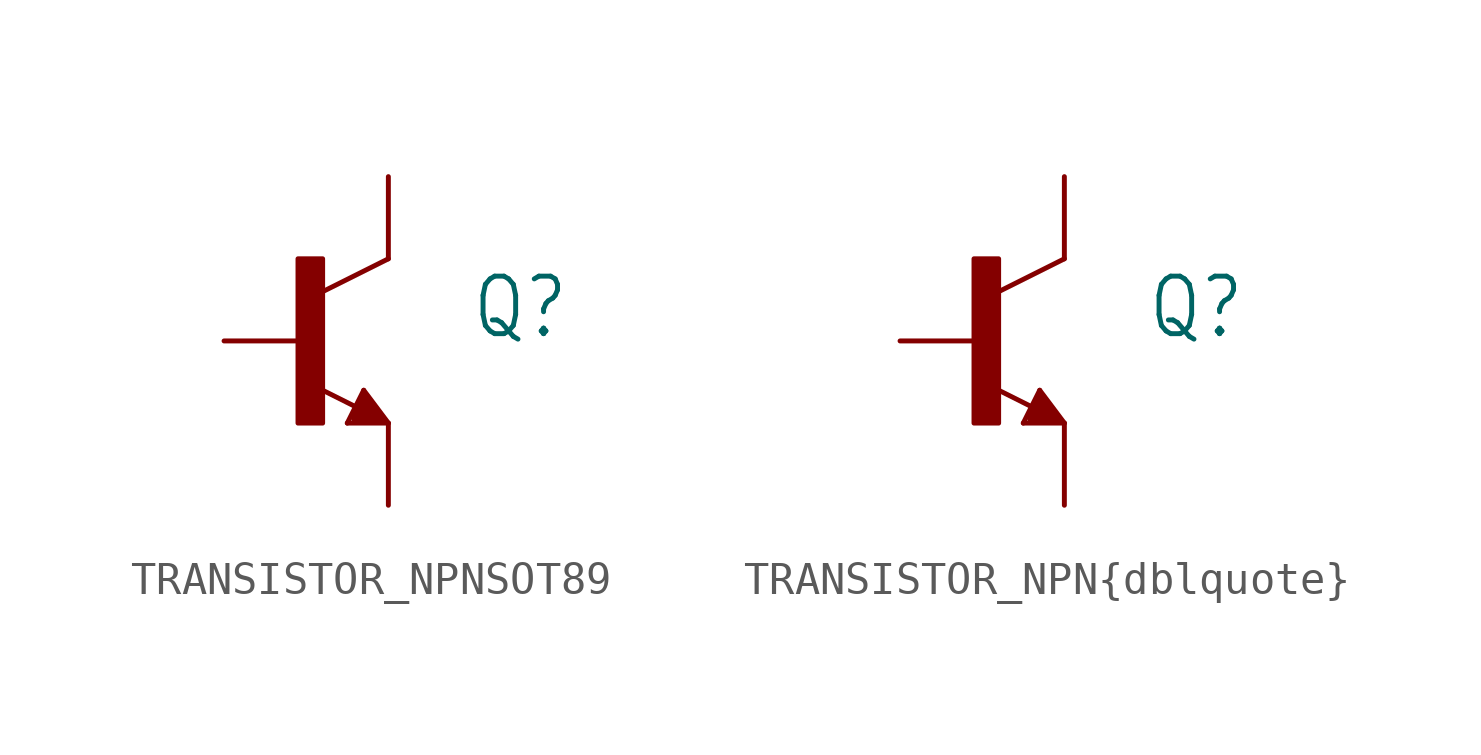
<source format=kicad_sym>
(kicad_symbol_lib
  (version 20220914)
  (generator kicad_symbol_editor)
  (symbol "TRANSISTOR_NPNSOT89"
    (property "Reference" "Q"
      (at 5.08 0 0)
      (effects (font (size 1.778 1.511)) (justify left bottom)))
    (property "Value" ""
      (at 5.08 -2.54 0)
      (effects (font (size 1.778 1.511)) (justify left bottom)))
    (property "ki_locked" ""
      (at 0 0 0)
      (effects (font (size 1.27 1.27))))
    (symbol "TRANSISTOR_NPNSOT89_1_0"
      (rectangle (start -0.254 -2.54) (end 0.508 2.54) (stroke (width 0) (type default)) (fill (type outline)))
      (polyline (pts (xy 1.27 -2.54) (xy 1.778 -1.524)) (stroke (width 0.152) (type solid)) (fill (type none)))
      (polyline (pts (xy 1.524 -2.413) (xy 2.286 -2.413)) (stroke (width 0.254) (type solid)) (fill (type none)))
      (polyline (pts (xy 1.524 -2.286) (xy 1.905 -2.286)) (stroke (width 0.254) (type solid)) (fill (type none)))
      (polyline (pts (xy 1.54 -2.04) (xy 0.308 -1.424)) (stroke (width 0.152) (type solid)) (fill (type none)))
      (polyline (pts (xy 1.778 -1.778) (xy 1.524 -2.286)) (stroke (width 0.254) (type solid)) (fill (type none)))
      (polyline (pts (xy 1.778 -1.524) (xy 2.54 -2.54)) (stroke (width 0.152) (type solid)) (fill (type none)))
      (polyline (pts (xy 1.905 -2.286) (xy 1.778 -2.032)) (stroke (width 0.254) (type solid)) (fill (type none)))
      (polyline (pts (xy 2.286 -2.413) (xy 1.778 -1.778)) (stroke (width 0.254) (type solid)) (fill (type none)))
      (polyline (pts (xy 2.54 -2.54) (xy 1.27 -2.54)) (stroke (width 0.152) (type solid)) (fill (type none)))
      (polyline (pts (xy 2.54 2.54) (xy 0.508 1.524)) (stroke (width 0.152) (type solid)) (fill (type none)))
      (pin passive line (at -2.54 0 0) (length 2.54) (name "B" (effects (font (size 0 0)))) (number "1" (effects (font (size 0 0)))))
      (pin passive line (at 2.54 5.08 270) (length 2.54) (name "C" (effects (font (size 0 0)))) (number "2" (effects (font (size 0 0)))))
      (pin passive line (at 2.54 -5.08 90) (length 2.54) (name "E" (effects (font (size 0 0)))) (number "3" (effects (font (size 0 0)))))))
  (symbol "TRANSISTOR_NPN{dblquote}"
    (property "Reference" "Q"
      (at 5.08 0 0)
      (effects (font (size 1.778 1.511)) (justify left bottom)))
    (property "Value" ""
      (at 5.08 -2.54 0)
      (effects (font (size 1.778 1.511)) (justify left bottom)))
    (property "ki_locked" ""
      (at 0 0 0)
      (effects (font (size 1.27 1.27))))
    (symbol "TRANSISTOR_NPN{dblquote}_1_0"
      (rectangle (start -0.254 -2.54) (end 0.508 2.54) (stroke (width 0) (type default)) (fill (type outline)))
      (polyline (pts (xy 1.27 -2.54) (xy 1.778 -1.524)) (stroke (width 0.152) (type solid)) (fill (type none)))
      (polyline (pts (xy 1.524 -2.413) (xy 2.286 -2.413)) (stroke (width 0.254) (type solid)) (fill (type none)))
      (polyline (pts (xy 1.524 -2.286) (xy 1.905 -2.286)) (stroke (width 0.254) (type solid)) (fill (type none)))
      (polyline (pts (xy 1.54 -2.04) (xy 0.308 -1.424)) (stroke (width 0.152) (type solid)) (fill (type none)))
      (polyline (pts (xy 1.778 -1.778) (xy 1.524 -2.286)) (stroke (width 0.254) (type solid)) (fill (type none)))
      (polyline (pts (xy 1.778 -1.524) (xy 2.54 -2.54)) (stroke (width 0.152) (type solid)) (fill (type none)))
      (polyline (pts (xy 1.905 -2.286) (xy 1.778 -2.032)) (stroke (width 0.254) (type solid)) (fill (type none)))
      (polyline (pts (xy 2.286 -2.413) (xy 1.778 -1.778)) (stroke (width 0.254) (type solid)) (fill (type none)))
      (polyline (pts (xy 2.54 -2.54) (xy 1.27 -2.54)) (stroke (width 0.152) (type solid)) (fill (type none)))
      (polyline (pts (xy 2.54 2.54) (xy 0.508 1.524)) (stroke (width 0.152) (type solid)) (fill (type none)))
      (pin passive line (at -2.54 0 0) (length 2.54) (name "B" (effects (font (size 0 0)))) (number "1" (effects (font (size 0 0)))))
      (pin passive line (at 2.54 5.08 270) (length 2.54) (name "C" (effects (font (size 0 0)))) (number "2" (effects (font (size 0 0)))))
      (pin passive line (at 2.54 -5.08 90) (length 2.54) (name "E" (effects (font (size 0 0)))) (number "3" (effects (font (size 0 0))))))))
</source>
